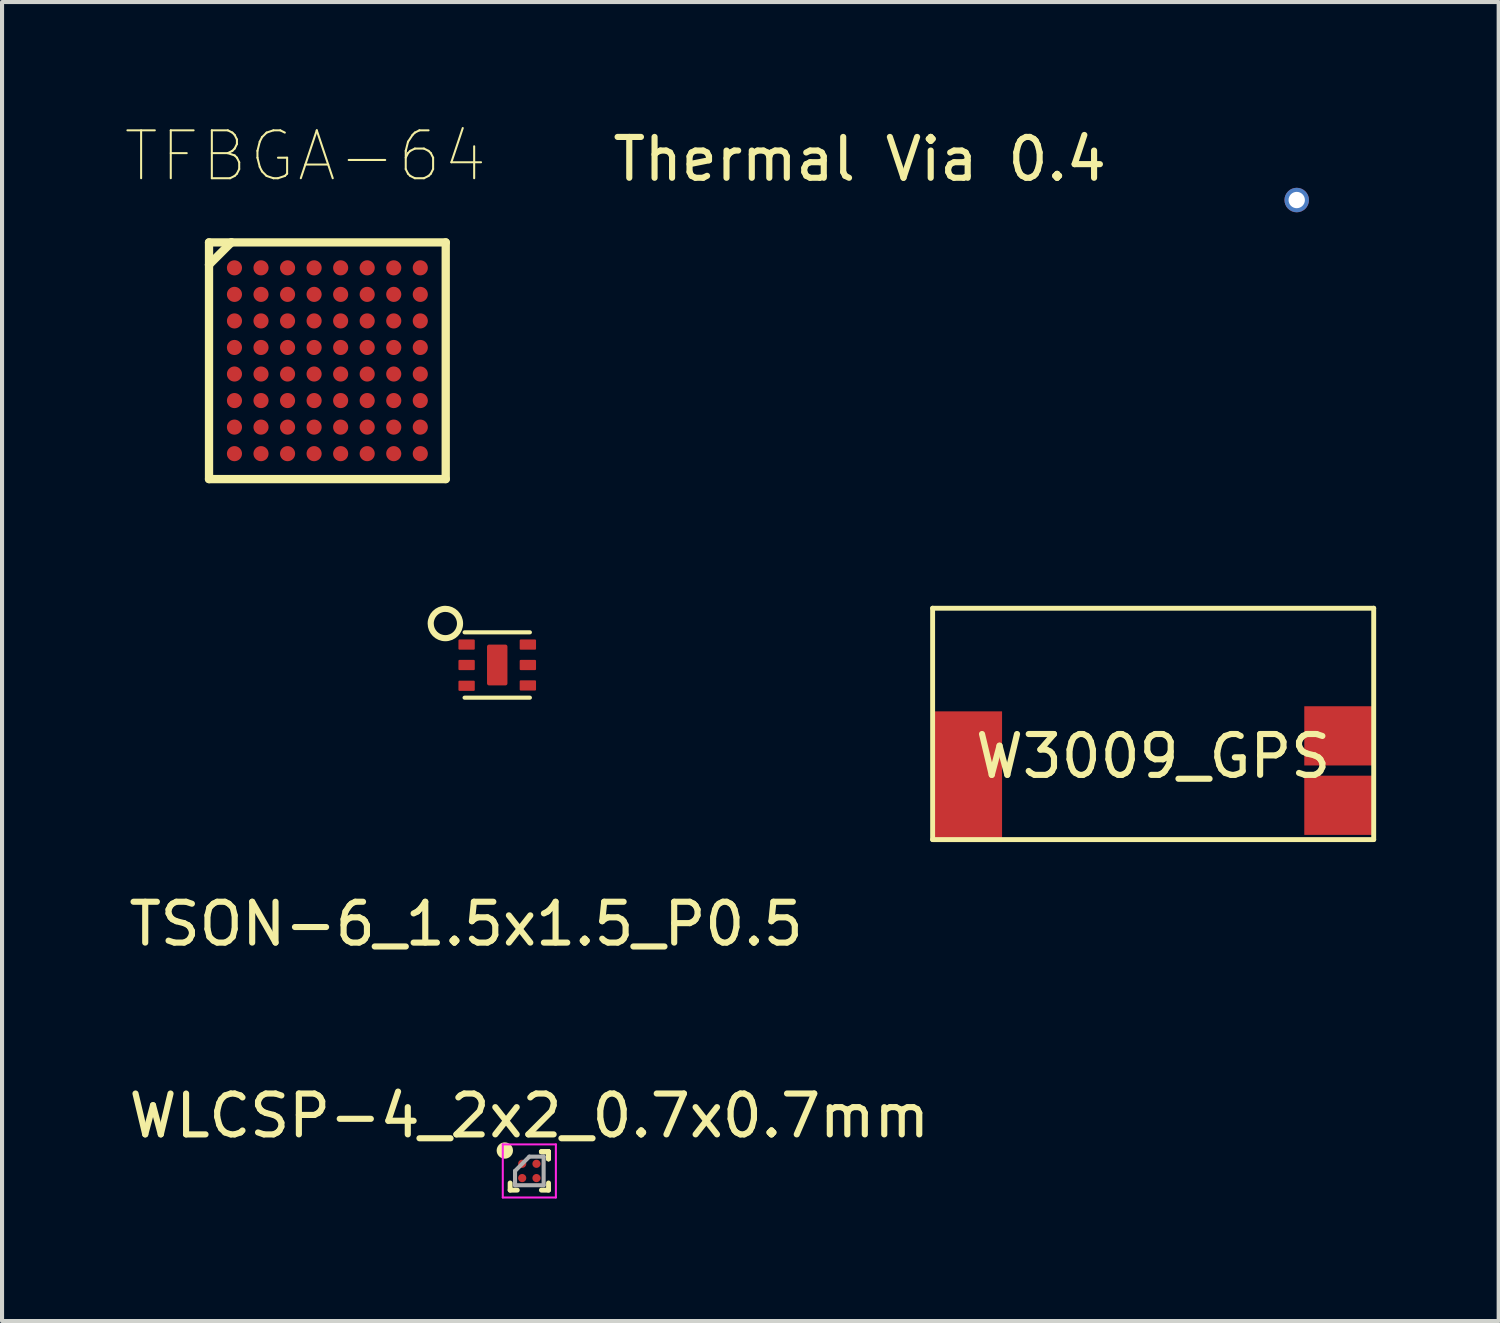
<source format=kicad_pcb>
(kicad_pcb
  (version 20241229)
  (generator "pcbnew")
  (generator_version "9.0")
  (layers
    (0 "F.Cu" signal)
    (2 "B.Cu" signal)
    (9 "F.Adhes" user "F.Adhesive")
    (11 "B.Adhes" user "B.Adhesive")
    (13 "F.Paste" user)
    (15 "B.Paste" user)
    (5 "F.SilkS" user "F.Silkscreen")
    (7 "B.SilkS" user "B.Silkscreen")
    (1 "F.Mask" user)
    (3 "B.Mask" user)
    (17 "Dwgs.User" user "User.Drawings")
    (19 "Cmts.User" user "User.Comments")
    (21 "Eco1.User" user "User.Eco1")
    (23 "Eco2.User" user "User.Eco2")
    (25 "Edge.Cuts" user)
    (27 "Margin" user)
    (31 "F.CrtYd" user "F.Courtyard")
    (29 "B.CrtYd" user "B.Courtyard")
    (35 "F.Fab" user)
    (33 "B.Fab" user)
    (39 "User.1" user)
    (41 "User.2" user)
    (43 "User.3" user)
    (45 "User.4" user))
  (footprint "TSON-6_1.5x1.5_P0.5"
    (layer "F.Cu")
    (at 9.125 13.233)
    (property "Reference" "TSON-6_1.5x1.5_P0.5" (at -0.762 6.342 0) (layer "F.SilkS") (effects (font (size 1 1) (thickness 0.15))))
    (attr smd)
    (fp_line (start 0.8 -0.8) (end -0.8 -0.8) (stroke (width 0.1) (type solid)) (layer "F.SilkS"))
    (fp_line (start 0.8 0.8) (end -0.8 0.8) (stroke (width 0.1) (type solid)) (layer "F.SilkS"))
    (fp_circle (center -1.27 -1.016) (end -1.016 -0.762) (stroke (width 0.15) (type solid)) (fill no) (layer "F.SilkS"))
    (pad "0" smd roundrect (at 0 0) (size 0.5 1) (layers "F.Cu" "F.Mask" "F.Paste") (roundrect_rratio 0.1))
    (pad "1" smd roundrect (at -0.75 -0.5) (size 0.4 0.25) (layers "F.Cu" "F.Mask" "F.Paste") (roundrect_rratio 0.1))
    (pad "2" smd roundrect (at -0.75 0) (size 0.4 0.25) (layers "F.Cu" "F.Mask" "F.Paste") (roundrect_rratio 0.1))
    (pad "3" smd roundrect (at -0.75 0.508) (size 0.4 0.25) (layers "F.Cu" "F.Mask" "F.Paste") (roundrect_rratio 0.1))
    (pad "4" smd roundrect (at 0.75 0.5) (size 0.4 0.25) (layers "F.Cu" "F.Mask" "F.Paste") (roundrect_rratio 0.1))
    (pad "5" smd roundrect (at 0.75 0) (size 0.4 0.25) (layers "F.Cu" "F.Mask" "F.Paste") (roundrect_rratio 0.1))
    (pad "6" smd roundrect (at 0.75 -0.5) (size 0.4 0.25) (layers "F.Cu" "F.Mask" "F.Paste") (roundrect_rratio 0.1)))
  (footprint "Thermal Via 0.4"
    (layer "F.Cu")
    (at 28.701 1.848)
    (property "Reference" "Thermal Via 0.4" (at -10.7 -1 0) (unlocked yes) (layer "F.SilkS") (effects (font (size 1 1) (thickness 0.15))))
    (attr smd)
    (pad "1" thru_hole circle (at 0 0) (size 0.6 0.6) (drill 0.4) (property pad_prop_heatsink) (layers "*.Cu" "*.Mask")))
  (footprint "TFBGA-64"
    (layer "F.Cu")
    (at 4.966 5.783)
    (property "Reference" "TFBGA-64" (at -0.539 -5.009 0) (layer "F.SilkS") (effects (font (size 1.173 1.173) (thickness 0.05))))
    (attr smd)
    (fp_circle (center -2.275 -2.275) (end -2.09 -2.275) (stroke (width 0) (type solid)) (fill yes) (layer "F.Mask"))
    (fp_circle (center -2.275 -1.625) (end -2.09 -1.625) (stroke (width 0) (type solid)) (fill yes) (layer "F.Mask"))
    (fp_circle (center -2.275 -0.975) (end -2.09 -0.975) (stroke (width 0) (type solid)) (fill yes) (layer "F.Mask"))
    (fp_circle (center -2.275 -0.325) (end -2.09 -0.325) (stroke (width 0) (type solid)) (fill yes) (layer "F.Mask"))
    (fp_circle (center -2.275 0.325) (end -2.09 0.325) (stroke (width 0) (type solid)) (fill yes) (layer "F.Mask"))
    (fp_circle (center -2.275 0.975) (end -2.09 0.975) (stroke (width 0) (type solid)) (fill yes) (layer "F.Mask"))
    (fp_circle (center -2.275 1.625) (end -2.09 1.625) (stroke (width 0) (type solid)) (fill yes) (layer "F.Mask"))
    (fp_circle (center -2.275 2.275) (end -2.09 2.275) (stroke (width 0) (type solid)) (fill yes) (layer "F.Mask"))
    (fp_circle (center -1.625 -2.275) (end -1.44 -2.275) (stroke (width 0) (type solid)) (fill yes) (layer "F.Mask"))
    (fp_circle (center -1.625 -1.625) (end -1.44 -1.625) (stroke (width 0) (type solid)) (fill yes) (layer "F.Mask"))
    (fp_circle (center -1.625 -0.975) (end -1.44 -0.975) (stroke (width 0) (type solid)) (fill yes) (layer "F.Mask"))
    (fp_circle (center -1.625 -0.325) (end -1.44 -0.325) (stroke (width 0) (type solid)) (fill yes) (layer "F.Mask"))
    (fp_circle (center -1.625 0.325) (end -1.44 0.325) (stroke (width 0) (type solid)) (fill yes) (layer "F.Mask"))
    (fp_circle (center -1.625 0.975) (end -1.44 0.975) (stroke (width 0) (type solid)) (fill yes) (layer "F.Mask"))
    (fp_circle (center -1.625 1.625) (end -1.44 1.625) (stroke (width 0) (type solid)) (fill yes) (layer "F.Mask"))
    (fp_circle (center -1.625 2.275) (end -1.44 2.275) (stroke (width 0) (type solid)) (fill yes) (layer "F.Mask"))
    (fp_circle (center -0.975 -2.275) (end -0.79 -2.275) (stroke (width 0) (type solid)) (fill yes) (layer "F.Mask"))
    (fp_circle (center -0.975 -1.625) (end -0.79 -1.625) (stroke (width 0) (type solid)) (fill yes) (layer "F.Mask"))
    (fp_circle (center -0.975 -0.975) (end -0.79 -0.975) (stroke (width 0) (type solid)) (fill yes) (layer "F.Mask"))
    (fp_circle (center -0.975 -0.325) (end -0.79 -0.325) (stroke (width 0) (type solid)) (fill yes) (layer "F.Mask"))
    (fp_circle (center -0.975 0.325) (end -0.79 0.325) (stroke (width 0) (type solid)) (fill yes) (layer "F.Mask"))
    (fp_circle (center -0.975 0.975) (end -0.79 0.975) (stroke (width 0) (type solid)) (fill yes) (layer "F.Mask"))
    (fp_circle (center -0.975 1.625) (end -0.79 1.625) (stroke (width 0) (type solid)) (fill yes) (layer "F.Mask"))
    (fp_circle (center -0.975 2.275) (end -0.79 2.275) (stroke (width 0) (type solid)) (fill yes) (layer "F.Mask"))
    (fp_circle (center -0.325 -2.275) (end -0.14 -2.275) (stroke (width 0) (type solid)) (fill yes) (layer "F.Mask"))
    (fp_circle (center -0.325 -1.625) (end -0.14 -1.625) (stroke (width 0) (type solid)) (fill yes) (layer "F.Mask"))
    (fp_circle (center -0.325 -0.975) (end -0.14 -0.975) (stroke (width 0) (type solid)) (fill yes) (layer "F.Mask"))
    (fp_circle (center -0.325 -0.325) (end -0.14 -0.325) (stroke (width 0) (type solid)) (fill yes) (layer "F.Mask"))
    (fp_circle (center -0.325 0.325) (end -0.14 0.325) (stroke (width 0) (type solid)) (fill yes) (layer "F.Mask"))
    (fp_circle (center -0.325 0.975) (end -0.14 0.975) (stroke (width 0) (type solid)) (fill yes) (layer "F.Mask"))
    (fp_circle (center -0.325 1.625) (end -0.14 1.625) (stroke (width 0) (type solid)) (fill yes) (layer "F.Mask"))
    (fp_circle (center -0.325 2.275) (end -0.14 2.275) (stroke (width 0) (type solid)) (fill yes) (layer "F.Mask"))
    (fp_circle (center 0.325 -2.275) (end 0.51 -2.275) (stroke (width 0) (type solid)) (fill yes) (layer "F.Mask"))
    (fp_circle (center 0.325 -1.625) (end 0.51 -1.625) (stroke (width 0) (type solid)) (fill yes) (layer "F.Mask"))
    (fp_circle (center 0.325 -0.975) (end 0.51 -0.975) (stroke (width 0) (type solid)) (fill yes) (layer "F.Mask"))
    (fp_circle (center 0.325 -0.325) (end 0.51 -0.325) (stroke (width 0) (type solid)) (fill yes) (layer "F.Mask"))
    (fp_circle (center 0.325 0.325) (end 0.51 0.325) (stroke (width 0) (type solid)) (fill yes) (layer "F.Mask"))
    (fp_circle (center 0.325 0.975) (end 0.51 0.975) (stroke (width 0) (type solid)) (fill yes) (layer "F.Mask"))
    (fp_circle (center 0.325 1.625) (end 0.51 1.625) (stroke (width 0) (type solid)) (fill yes) (layer "F.Mask"))
    (fp_circle (center 0.325 2.275) (end 0.51 2.275) (stroke (width 0) (type solid)) (fill yes) (layer "F.Mask"))
    (fp_circle (center 0.975 -2.275) (end 1.16 -2.275) (stroke (width 0) (type solid)) (fill yes) (layer "F.Mask"))
    (fp_circle (center 0.975 -1.625) (end 1.16 -1.625) (stroke (width 0) (type solid)) (fill yes) (layer "F.Mask"))
    (fp_circle (center 0.975 -0.975) (end 1.16 -0.975) (stroke (width 0) (type solid)) (fill yes) (layer "F.Mask"))
    (fp_circle (center 0.975 -0.325) (end 1.16 -0.325) (stroke (width 0) (type solid)) (fill yes) (layer "F.Mask"))
    (fp_circle (center 0.975 0.325) (end 1.16 0.325) (stroke (width 0) (type solid)) (fill yes) (layer "F.Mask"))
    (fp_circle (center 0.975 0.975) (end 1.16 0.975) (stroke (width 0) (type solid)) (fill yes) (layer "F.Mask"))
    (fp_circle (center 0.975 1.625) (end 1.16 1.625) (stroke (width 0) (type solid)) (fill yes) (layer "F.Mask"))
    (fp_circle (center 0.975 2.275) (end 1.16 2.275) (stroke (width 0) (type solid)) (fill yes) (layer "F.Mask"))
    (fp_circle (center 1.625 -2.275) (end 1.81 -2.275) (stroke (width 0) (type solid)) (fill yes) (layer "F.Mask"))
    (fp_circle (center 1.625 -1.625) (end 1.81 -1.625) (stroke (width 0) (type solid)) (fill yes) (layer "F.Mask"))
    (fp_circle (center 1.625 -0.975) (end 1.81 -0.975) (stroke (width 0) (type solid)) (fill yes) (layer "F.Mask"))
    (fp_circle (center 1.625 -0.325) (end 1.81 -0.325) (stroke (width 0) (type solid)) (fill yes) (layer "F.Mask"))
    (fp_circle (center 1.625 0.325) (end 1.81 0.325) (stroke (width 0) (type solid)) (fill yes) (layer "F.Mask"))
    (fp_circle (center 1.625 0.975) (end 1.81 0.975) (stroke (width 0) (type solid)) (fill yes) (layer "F.Mask"))
    (fp_circle (center 1.625 1.625) (end 1.81 1.625) (stroke (width 0) (type solid)) (fill yes) (layer "F.Mask"))
    (fp_circle (center 1.625 2.275) (end 1.81 2.275) (stroke (width 0) (type solid)) (fill yes) (layer "F.Mask"))
    (fp_circle (center 2.275 -2.275) (end 2.46 -2.275) (stroke (width 0) (type solid)) (fill yes) (layer "F.Mask"))
    (fp_circle (center 2.275 -1.625) (end 2.46 -1.625) (stroke (width 0) (type solid)) (fill yes) (layer "F.Mask"))
    (fp_circle (center 2.275 -0.975) (end 2.46 -0.975) (stroke (width 0) (type solid)) (fill yes) (layer "F.Mask"))
    (fp_circle (center 2.275 -0.325) (end 2.46 -0.325) (stroke (width 0) (type solid)) (fill yes) (layer "F.Mask"))
    (fp_circle (center 2.275 0.325) (end 2.46 0.325) (stroke (width 0) (type solid)) (fill yes) (layer "F.Mask"))
    (fp_circle (center 2.275 0.975) (end 2.46 0.975) (stroke (width 0) (type solid)) (fill yes) (layer "F.Mask"))
    (fp_circle (center 2.275 1.625) (end 2.46 1.625) (stroke (width 0) (type solid)) (fill yes) (layer "F.Mask"))
    (fp_circle (center 2.275 2.275) (end 2.46 2.275) (stroke (width 0) (type solid)) (fill yes) (layer "F.Mask"))
    (fp_line (start -2.898 -2.898) (end -2.898 -2.35) (stroke (width 0.203) (type solid)) (layer "F.SilkS"))
    (fp_line (start -2.898 -2.35) (end -2.898 2.898) (stroke (width 0.203) (type solid)) (layer "F.SilkS"))
    (fp_line (start -2.898 -2.35) (end -2.35 -2.898) (stroke (width 0.203) (type solid)) (layer "F.SilkS"))
    (fp_line (start -2.898 2.898) (end 2.898 2.898) (stroke (width 0.203) (type solid)) (layer "F.SilkS"))
    (fp_line (start -2.35 -2.898) (end -2.898 -2.898) (stroke (width 0.203) (type solid)) (layer "F.SilkS"))
    (fp_line (start 2.898 -2.898) (end -2.35 -2.898) (stroke (width 0.203) (type solid)) (layer "F.SilkS"))
    (fp_line (start 2.898 2.898) (end 2.898 -2.898) (stroke (width 0.203) (type solid)) (layer "F.SilkS"))
    (pad "A1" smd circle (at -2.275 -2.275) (size 0.37 0.37) (layers "F.Cu" "F.Mask" "F.Paste"))
    (pad "A2" smd circle (at -1.625 -2.275) (size 0.37 0.37) (layers "F.Cu" "F.Mask" "F.Paste"))
    (pad "A3" smd circle (at -0.975 -2.275) (size 0.37 0.37) (layers "F.Cu" "F.Mask" "F.Paste"))
    (pad "A4" smd circle (at -0.325 -2.275) (size 0.37 0.37) (layers "F.Cu" "F.Mask" "F.Paste"))
    (pad "A5" smd circle (at 0.325 -2.275) (size 0.37 0.37) (layers "F.Cu" "F.Mask" "F.Paste"))
    (pad "A6" smd circle (at 0.975 -2.275) (size 0.37 0.37) (layers "F.Cu" "F.Mask" "F.Paste"))
    (pad "A7" smd circle (at 1.625 -2.275) (size 0.37 0.37) (layers "F.Cu" "F.Mask" "F.Paste"))
    (pad "A8" smd circle (at 2.275 -2.275) (size 0.37 0.37) (layers "F.Cu" "F.Mask" "F.Paste"))
    (pad "B1" smd circle (at -2.275 -1.625) (size 0.37 0.37) (layers "F.Cu" "F.Mask" "F.Paste"))
    (pad "B2" smd circle (at -1.625 -1.625) (size 0.37 0.37) (layers "F.Cu" "F.Mask" "F.Paste"))
    (pad "B3" smd circle (at -0.975 -1.625) (size 0.37 0.37) (layers "F.Cu" "F.Mask" "F.Paste"))
    (pad "B4" smd circle (at -0.325 -1.625) (size 0.37 0.37) (layers "F.Cu" "F.Mask" "F.Paste"))
    (pad "B5" smd circle (at 0.325 -1.625) (size 0.37 0.37) (layers "F.Cu" "F.Mask" "F.Paste"))
    (pad "B6" smd circle (at 0.975 -1.625) (size 0.37 0.37) (layers "F.Cu" "F.Mask" "F.Paste"))
    (pad "B7" smd circle (at 1.625 -1.625) (size 0.37 0.37) (layers "F.Cu" "F.Mask" "F.Paste"))
    (pad "B8" smd circle (at 2.275 -1.625) (size 0.37 0.37) (layers "F.Cu" "F.Mask" "F.Paste"))
    (pad "C1" smd circle (at -2.275 -0.975) (size 0.37 0.37) (layers "F.Cu" "F.Mask" "F.Paste"))
    (pad "C2" smd circle (at -1.625 -0.975) (size 0.37 0.37) (layers "F.Cu" "F.Mask" "F.Paste"))
    (pad "C3" smd circle (at -0.975 -0.975) (size 0.37 0.37) (layers "F.Cu" "F.Mask" "F.Paste"))
    (pad "C4" smd circle (at -0.325 -0.975) (size 0.37 0.37) (layers "F.Cu" "F.Mask" "F.Paste"))
    (pad "C5" smd circle (at 0.325 -0.975) (size 0.37 0.37) (layers "F.Cu" "F.Mask" "F.Paste"))
    (pad "C6" smd circle (at 0.975 -0.975) (size 0.37 0.37) (layers "F.Cu" "F.Mask" "F.Paste"))
    (pad "C7" smd circle (at 1.625 -0.975) (size 0.37 0.37) (layers "F.Cu" "F.Mask" "F.Paste"))
    (pad "C8" smd circle (at 2.275 -0.975) (size 0.37 0.37) (layers "F.Cu" "F.Mask" "F.Paste"))
    (pad "D1" smd circle (at -2.275 -0.325) (size 0.37 0.37) (layers "F.Cu" "F.Mask" "F.Paste"))
    (pad "D2" smd circle (at -1.625 -0.325) (size 0.37 0.37) (layers "F.Cu" "F.Mask" "F.Paste"))
    (pad "D3" smd circle (at -0.975 -0.325) (size 0.37 0.37) (layers "F.Cu" "F.Mask" "F.Paste"))
    (pad "D4" smd circle (at -0.325 -0.325) (size 0.37 0.37) (layers "F.Cu" "F.Mask" "F.Paste"))
    (pad "D5" smd circle (at 0.325 -0.325) (size 0.37 0.37) (layers "F.Cu" "F.Mask" "F.Paste"))
    (pad "D6" smd circle (at 0.975 -0.325) (size 0.37 0.37) (layers "F.Cu" "F.Mask" "F.Paste"))
    (pad "D7" smd circle (at 1.625 -0.325) (size 0.37 0.37) (layers "F.Cu" "F.Mask" "F.Paste"))
    (pad "D8" smd circle (at 2.275 -0.325) (size 0.37 0.37) (layers "F.Cu" "F.Mask" "F.Paste"))
    (pad "E1" smd circle (at -2.275 0.325) (size 0.37 0.37) (layers "F.Cu" "F.Mask" "F.Paste"))
    (pad "E2" smd circle (at -1.625 0.325) (size 0.37 0.37) (layers "F.Cu" "F.Mask" "F.Paste"))
    (pad "E3" smd circle (at -0.975 0.325) (size 0.37 0.37) (layers "F.Cu" "F.Mask" "F.Paste"))
    (pad "E4" smd circle (at -0.325 0.325) (size 0.37 0.37) (layers "F.Cu" "F.Mask" "F.Paste"))
    (pad "E5" smd circle (at 0.325 0.325) (size 0.37 0.37) (layers "F.Cu" "F.Mask" "F.Paste"))
    (pad "E6" smd circle (at 0.975 0.325) (size 0.37 0.37) (layers "F.Cu" "F.Mask" "F.Paste"))
    (pad "E7" smd circle (at 1.625 0.325) (size 0.37 0.37) (layers "F.Cu" "F.Mask" "F.Paste"))
    (pad "E8" smd circle (at 2.275 0.325) (size 0.37 0.37) (layers "F.Cu" "F.Mask" "F.Paste"))
    (pad "F1" smd circle (at -2.275 0.975) (size 0.37 0.37) (layers "F.Cu" "F.Mask" "F.Paste"))
    (pad "F2" smd circle (at -1.625 0.975) (size 0.37 0.37) (layers "F.Cu" "F.Mask" "F.Paste"))
    (pad "F3" smd circle (at -0.975 0.975) (size 0.37 0.37) (layers "F.Cu" "F.Mask" "F.Paste"))
    (pad "F4" smd circle (at -0.325 0.975) (size 0.37 0.37) (layers "F.Cu" "F.Mask" "F.Paste"))
    (pad "F5" smd circle (at 0.325 0.975) (size 0.37 0.37) (layers "F.Cu" "F.Mask" "F.Paste"))
    (pad "F6" smd circle (at 0.975 0.975) (size 0.37 0.37) (layers "F.Cu" "F.Mask" "F.Paste"))
    (pad "F7" smd circle (at 1.625 0.975) (size 0.37 0.37) (layers "F.Cu" "F.Mask" "F.Paste"))
    (pad "F8" smd circle (at 2.275 0.975) (size 0.37 0.37) (layers "F.Cu" "F.Mask" "F.Paste"))
    (pad "G1" smd circle (at -2.275 1.625) (size 0.37 0.37) (layers "F.Cu" "F.Mask" "F.Paste"))
    (pad "G2" smd circle (at -1.625 1.625) (size 0.37 0.37) (layers "F.Cu" "F.Mask" "F.Paste"))
    (pad "G3" smd circle (at -0.975 1.625) (size 0.37 0.37) (layers "F.Cu" "F.Mask" "F.Paste"))
    (pad "G4" smd circle (at -0.325 1.625) (size 0.37 0.37) (layers "F.Cu" "F.Mask" "F.Paste"))
    (pad "G5" smd circle (at 0.325 1.625) (size 0.37 0.37) (layers "F.Cu" "F.Mask" "F.Paste"))
    (pad "G6" smd circle (at 0.975 1.625) (size 0.37 0.37) (layers "F.Cu" "F.Mask" "F.Paste"))
    (pad "G7" smd circle (at 1.625 1.625) (size 0.37 0.37) (layers "F.Cu" "F.Mask" "F.Paste"))
    (pad "G8" smd circle (at 2.275 1.625) (size 0.37 0.37) (layers "F.Cu" "F.Mask" "F.Paste"))
    (pad "H1" smd circle (at -2.275 2.275) (size 0.37 0.37) (layers "F.Cu" "F.Mask" "F.Paste"))
    (pad "H2" smd circle (at -1.625 2.275) (size 0.37 0.37) (layers "F.Cu" "F.Mask" "F.Paste"))
    (pad "H3" smd circle (at -0.975 2.275) (size 0.37 0.37) (layers "F.Cu" "F.Mask" "F.Paste"))
    (pad "H4" smd circle (at -0.325 2.275) (size 0.37 0.37) (layers "F.Cu" "F.Mask" "F.Paste"))
    (pad "H5" smd circle (at 0.325 2.275) (size 0.37 0.37) (layers "F.Cu" "F.Mask" "F.Paste"))
    (pad "H6" smd circle (at 0.975 2.275) (size 0.37 0.37) (layers "F.Cu" "F.Mask" "F.Paste"))
    (pad "H7" smd circle (at 1.625 2.275) (size 0.37 0.37) (layers "F.Cu" "F.Mask" "F.Paste"))
    (pad "H8" smd circle (at 2.275 2.275) (size 0.37 0.37) (layers "F.Cu" "F.Mask" "F.Paste")))
  (footprint "WLCSP-4_2x2_0.7x0.7mm"
    (layer "F.Cu")
    (at 9.911 25.621)
    (property "Reference" "WLCSP-4_2x2_0.7x0.7mm" (at 0 -1.35 0) (layer "F.SilkS") (effects (font (size 1 1) (thickness 0.15))))
    (attr smd)
    (fp_line (start -0.47 0.47) (end -0.47 0.295) (stroke (width 0.12) (type solid)) (layer "F.SilkS"))
    (fp_line (start -0.295 0.47) (end -0.47 0.47) (stroke (width 0.12) (type solid)) (layer "F.SilkS"))
    (fp_line (start 0.295 -0.47) (end 0.47 -0.47) (stroke (width 0.12) (type solid)) (layer "F.SilkS"))
    (fp_line (start 0.295 -0.47) (end 0.47 -0.47) (stroke (width 0.12) (type solid)) (layer "F.SilkS"))
    (fp_line (start 0.295 -0.47) (end 0.47 -0.47) (stroke (width 0.12) (type solid)) (layer "F.SilkS"))
    (fp_line (start 0.295 0.47) (end 0.47 0.47) (stroke (width 0.12) (type solid)) (layer "F.SilkS"))
    (fp_line (start 0.47 -0.47) (end 0.47 -0.295) (stroke (width 0.12) (type solid)) (layer "F.SilkS"))
    (fp_line (start 0.47 -0.47) (end 0.47 -0.295) (stroke (width 0.12) (type solid)) (layer "F.SilkS"))
    (fp_line (start 0.47 -0.47) (end 0.47 -0.295) (stroke (width 0.12) (type solid)) (layer "F.SilkS"))
    (fp_line (start 0.47 0.47) (end 0.47 0.295) (stroke (width 0.12) (type solid)) (layer "F.SilkS"))
    (fp_circle (center -0.6 -0.5) (end -0.6 -0.4) (stroke (width 0.2) (type solid)) (fill no) (layer "F.SilkS"))
    (fp_line (start -0.65 -0.65) (end 0.65 -0.65) (stroke (width 0.05) (type solid)) (layer "F.CrtYd"))
    (fp_line (start -0.65 0.65) (end -0.65 -0.65) (stroke (width 0.05) (type solid)) (layer "F.CrtYd"))
    (fp_line (start 0.65 -0.65) (end 0.65 0.65) (stroke (width 0.05) (type solid)) (layer "F.CrtYd"))
    (fp_line (start 0.65 0.65) (end -0.65 0.65) (stroke (width 0.05) (type solid)) (layer "F.CrtYd"))
    (fp_line (start -0.35 0) (end -0.35 0.35) (stroke (width 0.1) (type solid)) (layer "F.Fab"))
    (fp_line (start -0.35 0.35) (end 0.35 0.35) (stroke (width 0.1) (type solid)) (layer "F.Fab"))
    (fp_line (start 0 -0.35) (end -0.35 0) (stroke (width 0.1) (type solid)) (layer "F.Fab"))
    (fp_line (start 0.35 -0.35) (end 0 -0.35) (stroke (width 0.1) (type solid)) (layer "F.Fab"))
    (fp_line (start 0.35 0.35) (end 0.35 -0.35) (stroke (width 0.1) (type solid)) (layer "F.Fab"))
    (pad "A1" smd circle (at -0.175 -0.175) (size 0.2 0.2) (layers "F.Cu" "F.Mask" "F.Paste"))
    (pad "A2" smd circle (at 0.175 -0.175) (size 0.2 0.2) (layers "F.Cu" "F.Mask" "F.Paste"))
    (pad "B1" smd circle (at -0.175 0.175) (size 0.2 0.2) (layers "F.Cu" "F.Mask" "F.Paste"))
    (pad "B2" smd circle (at 0.175 0.175) (size 0.2 0.2) (layers "F.Cu" "F.Mask" "F.Paste")))
  (footprint "W3009_GPS"
    (layer "F.Cu")
    (at 25.186 14.968)
    (property "Reference" "W3009_GPS" (at 0 0.5 0) (layer "F.SilkS") (effects (font (size 1 1) (thickness 0.15))))
    (attr through_hole)
    (fp_line (start -5.4 -3.125) (end 5.4 -3.125) (stroke (width 0.12) (type solid)) (layer "F.SilkS"))
    (fp_line (start -5.4 2.54) (end -5.4 -3.125) (stroke (width 0.12) (type solid)) (layer "F.SilkS"))
    (fp_line (start 5.4 -3.125) (end 5.4 2.54) (stroke (width 0.12) (type solid)) (layer "F.SilkS"))
    (fp_line (start 5.4 2.54) (end -5.4 2.54) (stroke (width 0.12) (type solid)) (layer "F.SilkS"))
    (pad "1" smd rect (at -4.55 1) (size 1.7 3.2) (layers "F.Cu" "F.Mask" "F.Paste"))
    (pad "1" smd rect (at 4.55 1.7) (size 1.7 1.45) (layers "F.Cu" "F.Mask" "F.Paste"))
    (pad "2" smd rect (at 4.55 0) (size 1.7 1.45) (layers "F.Cu" "F.Mask" "F.Paste")))
  (gr_rect
    (start -3 -3)
    (end 33.646 29.296)
    (stroke (width 0.1) (type default))
    (fill no)
    (layer "Edge.Cuts")))
</source>
